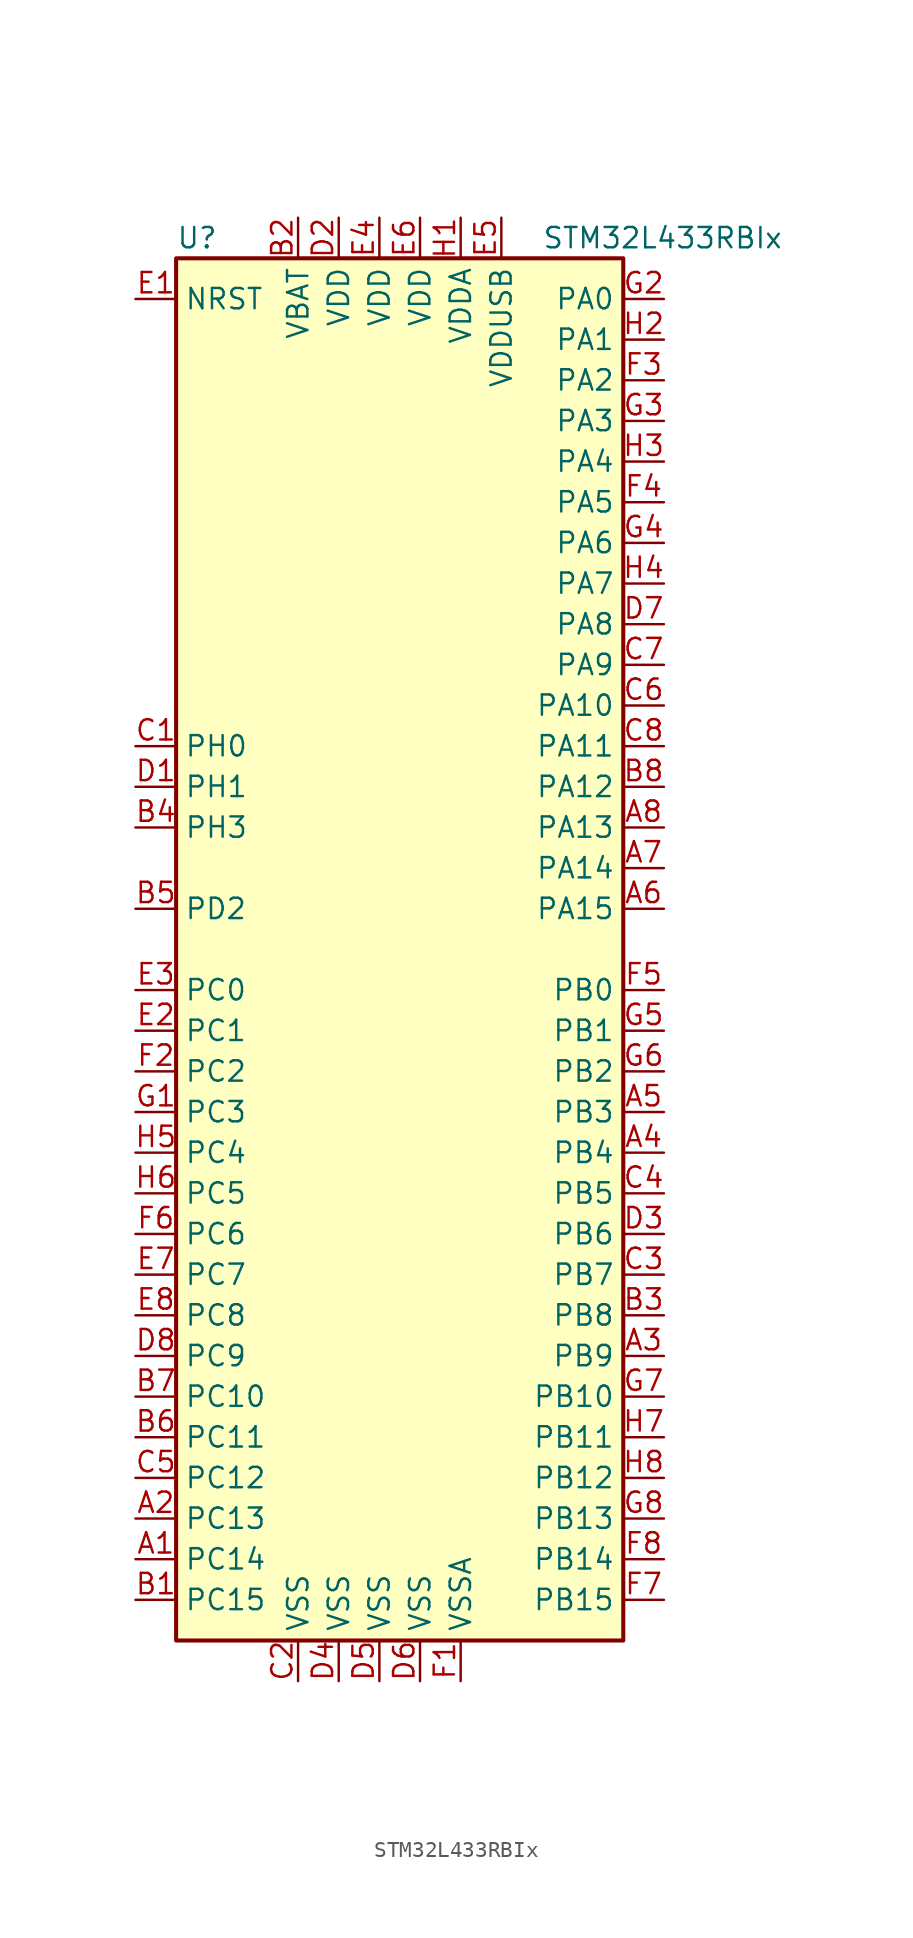
<source format=kicad_sym>
(kicad_symbol_lib
  (version 20201005)
  (generator kicad_symbol_editor)
  (symbol "STM32L433RBIx"
    (property "Reference" "U"
      (at -15.24 44.45 0)
      (effects (font (size 1.27 1.27)) (justify left)))
    (property "Value" "STM32L433RBIx"
      (at 7.62 44.45 0)
      (effects (font (size 1.27 1.27)) (justify left)))
    (symbol "STM32L433RBIx_0_1"
      (rectangle (start -15.24 -43.18) (end 12.7 43.18) (stroke (width 0.254)) (fill (type background))))
    (symbol "STM32L433RBIx_1_1"
      (pin bidirectional line (at -17.78 -38.1 0) (length 2.54) (name "PC14" (effects (font (size 1.27 1.27)))) (number "A1" (effects (font (size 1.27 1.27)))))
      (pin bidirectional line (at -17.78 -35.56 0) (length 2.54) (name "PC13" (effects (font (size 1.27 1.27)))) (number "A2" (effects (font (size 1.27 1.27)))))
      (pin bidirectional line (at 15.24 -25.4 180) (length 2.54) (name "PB9" (effects (font (size 1.27 1.27)))) (number "A3" (effects (font (size 1.27 1.27)))))
      (pin bidirectional line (at 15.24 -12.7 180) (length 2.54) (name "PB4" (effects (font (size 1.27 1.27)))) (number "A4" (effects (font (size 1.27 1.27)))))
      (pin bidirectional line (at 15.24 -10.16 180) (length 2.54) (name "PB3" (effects (font (size 1.27 1.27)))) (number "A5" (effects (font (size 1.27 1.27)))))
      (pin bidirectional line (at 15.24 2.54 180) (length 2.54) (name "PA15" (effects (font (size 1.27 1.27)))) (number "A6" (effects (font (size 1.27 1.27)))))
      (pin bidirectional line (at 15.24 5.08 180) (length 2.54) (name "PA14" (effects (font (size 1.27 1.27)))) (number "A7" (effects (font (size 1.27 1.27)))))
      (pin bidirectional line (at 15.24 7.62 180) (length 2.54) (name "PA13" (effects (font (size 1.27 1.27)))) (number "A8" (effects (font (size 1.27 1.27)))))
      (pin bidirectional line (at -17.78 -40.64 0) (length 2.54) (name "PC15" (effects (font (size 1.27 1.27)))) (number "B1" (effects (font (size 1.27 1.27)))))
      (pin power_in line (at -7.62 45.72 270) (length 2.54) (name "VBAT" (effects (font (size 1.27 1.27)))) (number "B2" (effects (font (size 1.27 1.27)))))
      (pin bidirectional line (at 15.24 -22.86 180) (length 2.54) (name "PB8" (effects (font (size 1.27 1.27)))) (number "B3" (effects (font (size 1.27 1.27)))))
      (pin bidirectional line (at -17.78 7.62 0) (length 2.54) (name "PH3" (effects (font (size 1.27 1.27)))) (number "B4" (effects (font (size 1.27 1.27)))))
      (pin bidirectional line (at -17.78 2.54 0) (length 2.54) (name "PD2" (effects (font (size 1.27 1.27)))) (number "B5" (effects (font (size 1.27 1.27)))))
      (pin bidirectional line (at -17.78 -30.48 0) (length 2.54) (name "PC11" (effects (font (size 1.27 1.27)))) (number "B6" (effects (font (size 1.27 1.27)))))
      (pin bidirectional line (at -17.78 -27.94 0) (length 2.54) (name "PC10" (effects (font (size 1.27 1.27)))) (number "B7" (effects (font (size 1.27 1.27)))))
      (pin bidirectional line (at 15.24 10.16 180) (length 2.54) (name "PA12" (effects (font (size 1.27 1.27)))) (number "B8" (effects (font (size 1.27 1.27)))))
      (pin input line (at -17.78 12.7 0) (length 2.54) (name "PH0" (effects (font (size 1.27 1.27)))) (number "C1" (effects (font (size 1.27 1.27)))))
      (pin power_in line (at -7.62 -45.72 90) (length 2.54) (name "VSS" (effects (font (size 1.27 1.27)))) (number "C2" (effects (font (size 1.27 1.27)))))
      (pin bidirectional line (at 15.24 -20.32 180) (length 2.54) (name "PB7" (effects (font (size 1.27 1.27)))) (number "C3" (effects (font (size 1.27 1.27)))))
      (pin bidirectional line (at 15.24 -15.24 180) (length 2.54) (name "PB5" (effects (font (size 1.27 1.27)))) (number "C4" (effects (font (size 1.27 1.27)))))
      (pin bidirectional line (at -17.78 -33.02 0) (length 2.54) (name "PC12" (effects (font (size 1.27 1.27)))) (number "C5" (effects (font (size 1.27 1.27)))))
      (pin bidirectional line (at 15.24 15.24 180) (length 2.54) (name "PA10" (effects (font (size 1.27 1.27)))) (number "C6" (effects (font (size 1.27 1.27)))))
      (pin bidirectional line (at 15.24 17.78 180) (length 2.54) (name "PA9" (effects (font (size 1.27 1.27)))) (number "C7" (effects (font (size 1.27 1.27)))))
      (pin bidirectional line (at 15.24 12.7 180) (length 2.54) (name "PA11" (effects (font (size 1.27 1.27)))) (number "C8" (effects (font (size 1.27 1.27)))))
      (pin input line (at -17.78 10.16 0) (length 2.54) (name "PH1" (effects (font (size 1.27 1.27)))) (number "D1" (effects (font (size 1.27 1.27)))))
      (pin power_in line (at -5.08 45.72 270) (length 2.54) (name "VDD" (effects (font (size 1.27 1.27)))) (number "D2" (effects (font (size 1.27 1.27)))))
      (pin bidirectional line (at 15.24 -17.78 180) (length 2.54) (name "PB6" (effects (font (size 1.27 1.27)))) (number "D3" (effects (font (size 1.27 1.27)))))
      (pin power_in line (at -5.08 -45.72 90) (length 2.54) (name "VSS" (effects (font (size 1.27 1.27)))) (number "D4" (effects (font (size 1.27 1.27)))))
      (pin power_in line (at -2.54 -45.72 90) (length 2.54) (name "VSS" (effects (font (size 1.27 1.27)))) (number "D5" (effects (font (size 1.27 1.27)))))
      (pin power_in line (at 0 -45.72 90) (length 2.54) (name "VSS" (effects (font (size 1.27 1.27)))) (number "D6" (effects (font (size 1.27 1.27)))))
      (pin bidirectional line (at 15.24 20.32 180) (length 2.54) (name "PA8" (effects (font (size 1.27 1.27)))) (number "D7" (effects (font (size 1.27 1.27)))))
      (pin bidirectional line (at -17.78 -25.4 0) (length 2.54) (name "PC9" (effects (font (size 1.27 1.27)))) (number "D8" (effects (font (size 1.27 1.27)))))
      (pin input line (at -17.78 40.64 0) (length 2.54) (name "NRST" (effects (font (size 1.27 1.27)))) (number "E1" (effects (font (size 1.27 1.27)))))
      (pin bidirectional line (at -17.78 -5.08 0) (length 2.54) (name "PC1" (effects (font (size 1.27 1.27)))) (number "E2" (effects (font (size 1.27 1.27)))))
      (pin bidirectional line (at -17.78 -2.54 0) (length 2.54) (name "PC0" (effects (font (size 1.27 1.27)))) (number "E3" (effects (font (size 1.27 1.27)))))
      (pin power_in line (at -2.54 45.72 270) (length 2.54) (name "VDD" (effects (font (size 1.27 1.27)))) (number "E4" (effects (font (size 1.27 1.27)))))
      (pin power_in line (at 5.08 45.72 270) (length 2.54) (name "VDDUSB" (effects (font (size 1.27 1.27)))) (number "E5" (effects (font (size 1.27 1.27)))))
      (pin power_in line (at 0 45.72 270) (length 2.54) (name "VDD" (effects (font (size 1.27 1.27)))) (number "E6" (effects (font (size 1.27 1.27)))))
      (pin bidirectional line (at -17.78 -20.32 0) (length 2.54) (name "PC7" (effects (font (size 1.27 1.27)))) (number "E7" (effects (font (size 1.27 1.27)))))
      (pin bidirectional line (at -17.78 -22.86 0) (length 2.54) (name "PC8" (effects (font (size 1.27 1.27)))) (number "E8" (effects (font (size 1.27 1.27)))))
      (pin power_in line (at 2.54 -45.72 90) (length 2.54) (name "VSSA" (effects (font (size 1.27 1.27)))) (number "F1" (effects (font (size 1.27 1.27)))))
      (pin bidirectional line (at -17.78 -7.62 0) (length 2.54) (name "PC2" (effects (font (size 1.27 1.27)))) (number "F2" (effects (font (size 1.27 1.27)))))
      (pin bidirectional line (at 15.24 35.56 180) (length 2.54) (name "PA2" (effects (font (size 1.27 1.27)))) (number "F3" (effects (font (size 1.27 1.27)))))
      (pin bidirectional line (at 15.24 27.94 180) (length 2.54) (name "PA5" (effects (font (size 1.27 1.27)))) (number "F4" (effects (font (size 1.27 1.27)))))
      (pin bidirectional line (at 15.24 -2.54 180) (length 2.54) (name "PB0" (effects (font (size 1.27 1.27)))) (number "F5" (effects (font (size 1.27 1.27)))))
      (pin bidirectional line (at -17.78 -17.78 0) (length 2.54) (name "PC6" (effects (font (size 1.27 1.27)))) (number "F6" (effects (font (size 1.27 1.27)))))
      (pin bidirectional line (at 15.24 -40.64 180) (length 2.54) (name "PB15" (effects (font (size 1.27 1.27)))) (number "F7" (effects (font (size 1.27 1.27)))))
      (pin bidirectional line (at 15.24 -38.1 180) (length 2.54) (name "PB14" (effects (font (size 1.27 1.27)))) (number "F8" (effects (font (size 1.27 1.27)))))
      (pin bidirectional line (at -17.78 -10.16 0) (length 2.54) (name "PC3" (effects (font (size 1.27 1.27)))) (number "G1" (effects (font (size 1.27 1.27)))))
      (pin bidirectional line (at 15.24 40.64 180) (length 2.54) (name "PA0" (effects (font (size 1.27 1.27)))) (number "G2" (effects (font (size 1.27 1.27)))))
      (pin bidirectional line (at 15.24 33.02 180) (length 2.54) (name "PA3" (effects (font (size 1.27 1.27)))) (number "G3" (effects (font (size 1.27 1.27)))))
      (pin bidirectional line (at 15.24 25.4 180) (length 2.54) (name "PA6" (effects (font (size 1.27 1.27)))) (number "G4" (effects (font (size 1.27 1.27)))))
      (pin bidirectional line (at 15.24 -5.08 180) (length 2.54) (name "PB1" (effects (font (size 1.27 1.27)))) (number "G5" (effects (font (size 1.27 1.27)))))
      (pin bidirectional line (at 15.24 -7.62 180) (length 2.54) (name "PB2" (effects (font (size 1.27 1.27)))) (number "G6" (effects (font (size 1.27 1.27)))))
      (pin bidirectional line (at 15.24 -27.94 180) (length 2.54) (name "PB10" (effects (font (size 1.27 1.27)))) (number "G7" (effects (font (size 1.27 1.27)))))
      (pin bidirectional line (at 15.24 -35.56 180) (length 2.54) (name "PB13" (effects (font (size 1.27 1.27)))) (number "G8" (effects (font (size 1.27 1.27)))))
      (pin power_in line (at 2.54 45.72 270) (length 2.54) (name "VDDA" (effects (font (size 1.27 1.27)))) (number "H1" (effects (font (size 1.27 1.27)))))
      (pin bidirectional line (at 15.24 38.1 180) (length 2.54) (name "PA1" (effects (font (size 1.27 1.27)))) (number "H2" (effects (font (size 1.27 1.27)))))
      (pin bidirectional line (at 15.24 30.48 180) (length 2.54) (name "PA4" (effects (font (size 1.27 1.27)))) (number "H3" (effects (font (size 1.27 1.27)))))
      (pin bidirectional line (at 15.24 22.86 180) (length 2.54) (name "PA7" (effects (font (size 1.27 1.27)))) (number "H4" (effects (font (size 1.27 1.27)))))
      (pin bidirectional line (at -17.78 -12.7 0) (length 2.54) (name "PC4" (effects (font (size 1.27 1.27)))) (number "H5" (effects (font (size 1.27 1.27)))))
      (pin bidirectional line (at -17.78 -15.24 0) (length 2.54) (name "PC5" (effects (font (size 1.27 1.27)))) (number "H6" (effects (font (size 1.27 1.27)))))
      (pin bidirectional line (at 15.24 -30.48 180) (length 2.54) (name "PB11" (effects (font (size 1.27 1.27)))) (number "H7" (effects (font (size 1.27 1.27)))))
      (pin bidirectional line (at 15.24 -33.02 180) (length 2.54) (name "PB12" (effects (font (size 1.27 1.27)))) (number "H8" (effects (font (size 1.27 1.27))))))))
</source>
